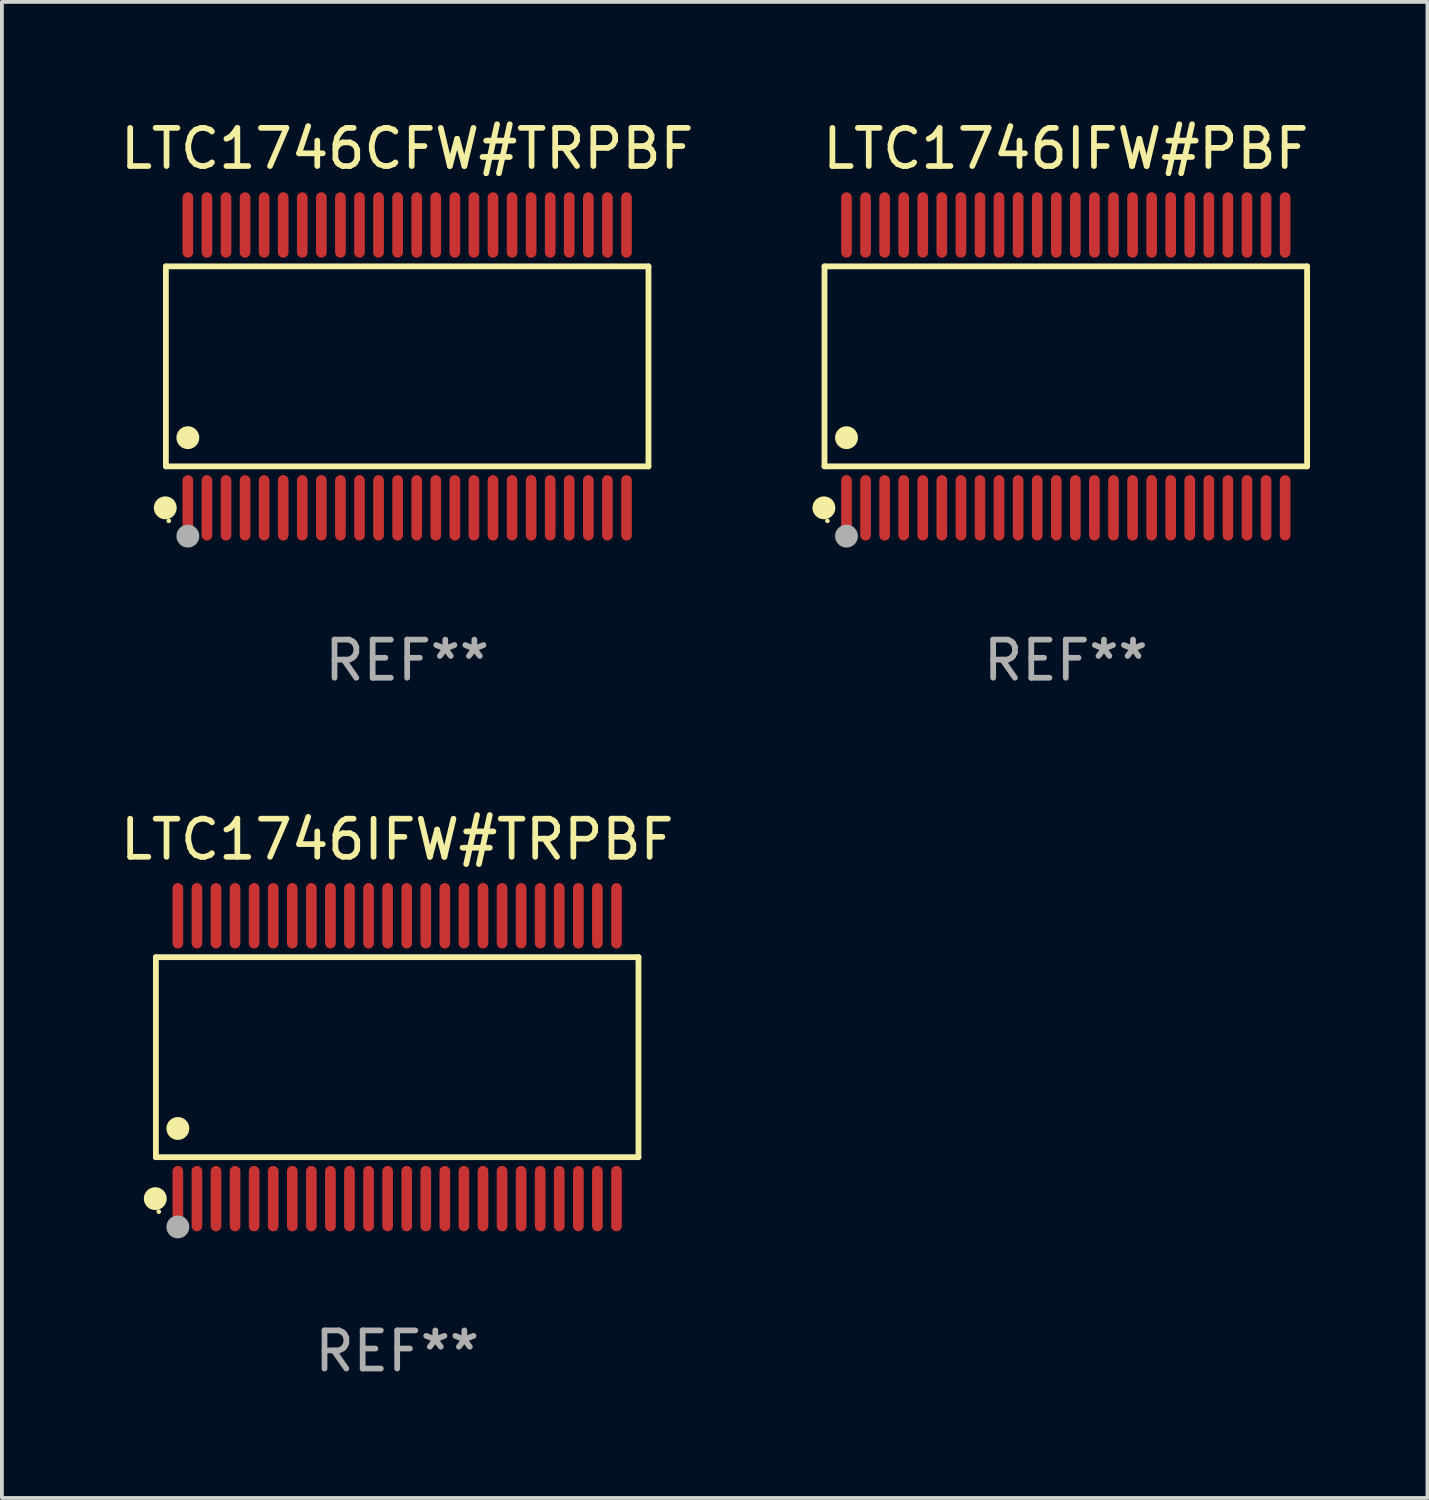
<source format=kicad_pcb>
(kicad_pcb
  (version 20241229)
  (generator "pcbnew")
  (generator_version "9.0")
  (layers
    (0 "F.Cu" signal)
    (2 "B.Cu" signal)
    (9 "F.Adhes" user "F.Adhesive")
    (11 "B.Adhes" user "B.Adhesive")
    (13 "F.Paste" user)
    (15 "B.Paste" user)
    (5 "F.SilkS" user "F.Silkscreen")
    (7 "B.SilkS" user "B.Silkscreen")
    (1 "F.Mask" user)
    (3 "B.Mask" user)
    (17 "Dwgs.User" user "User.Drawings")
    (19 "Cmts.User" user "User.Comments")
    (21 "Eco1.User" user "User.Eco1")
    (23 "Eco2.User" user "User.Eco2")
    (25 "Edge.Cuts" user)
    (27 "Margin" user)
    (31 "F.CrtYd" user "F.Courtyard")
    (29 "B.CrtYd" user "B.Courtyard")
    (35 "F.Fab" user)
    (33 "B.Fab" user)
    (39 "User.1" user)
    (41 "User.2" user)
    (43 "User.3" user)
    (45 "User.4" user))
  (footprint "LTC1746CFW#TRPBF"
    (layer "F.Cu")
    (at 7.625 6.556)
    (property "Reference" "LTC1746CFW#TRPBF" (at 0 -5.708 0) (layer "F.SilkS") (effects (font (size 1 1) (thickness 0.15))))
    (attr through_hole)
    (fp_line (start -6.326 -2.622) (end 6.326 -2.622) (stroke (width 0.152) (type solid)) (layer "F.SilkS"))
    (fp_line (start -6.326 2.621) (end -6.326 -2.622) (stroke (width 0.152) (type solid)) (layer "F.SilkS"))
    (fp_line (start 6.326 -2.622) (end 6.326 2.621) (stroke (width 0.152) (type solid)) (layer "F.SilkS"))
    (fp_line (start 6.326 2.621) (end -6.326 2.621) (stroke (width 0.152) (type solid)) (layer "F.SilkS"))
    (fp_circle (center -6.342 3.708) (end -6.192 3.708) (stroke (width 0.3) (type solid)) (fill no) (layer "F.SilkS"))
    (fp_circle (center -6.25 4.05) (end -6.22 4.05) (stroke (width 0.06) (type solid)) (fill no) (layer "F.SilkS"))
    (fp_circle (center -5.75 1.869) (end -5.6 1.869) (stroke (width 0.3) (type solid)) (fill no) (layer "F.SilkS"))
    (fp_circle (center -5.75 4.45) (end -5.6 4.45) (stroke (width 0.3) (type solid)) (fill no) (layer "F.Fab"))
    (fp_text user "REF**" (at 0 7.708 0) (layer "F.Fab") (effects (font (size 1 1) (thickness 0.15))))
    (pad "1" smd oval (at -5.75 3.708) (size 0.28 1.715) (layers "F.Cu" "F.Mask" "F.Paste"))
    (pad "2" smd oval (at -5.25 3.708) (size 0.28 1.715) (layers "F.Cu" "F.Mask" "F.Paste"))
    (pad "3" smd oval (at -4.75 3.708) (size 0.28 1.715) (layers "F.Cu" "F.Mask" "F.Paste"))
    (pad "4" smd oval (at -4.25 3.708) (size 0.28 1.715) (layers "F.Cu" "F.Mask" "F.Paste"))
    (pad "5" smd oval (at -3.75 3.708) (size 0.28 1.715) (layers "F.Cu" "F.Mask" "F.Paste"))
    (pad "6" smd oval (at -3.25 3.708) (size 0.28 1.715) (layers "F.Cu" "F.Mask" "F.Paste"))
    (pad "7" smd oval (at -2.75 3.708) (size 0.28 1.715) (layers "F.Cu" "F.Mask" "F.Paste"))
    (pad "8" smd oval (at -2.25 3.708) (size 0.28 1.715) (layers "F.Cu" "F.Mask" "F.Paste"))
    (pad "9" smd oval (at -1.75 3.708) (size 0.28 1.715) (layers "F.Cu" "F.Mask" "F.Paste"))
    (pad "10" smd oval (at -1.25 3.708) (size 0.28 1.715) (layers "F.Cu" "F.Mask" "F.Paste"))
    (pad "11" smd oval (at -0.75 3.708) (size 0.28 1.715) (layers "F.Cu" "F.Mask" "F.Paste"))
    (pad "12" smd oval (at -0.25 3.708) (size 0.28 1.715) (layers "F.Cu" "F.Mask" "F.Paste"))
    (pad "13" smd oval (at 0.25 3.708) (size 0.28 1.715) (layers "F.Cu" "F.Mask" "F.Paste"))
    (pad "14" smd oval (at 0.75 3.708) (size 0.28 1.715) (layers "F.Cu" "F.Mask" "F.Paste"))
    (pad "15" smd oval (at 1.25 3.708) (size 0.28 1.715) (layers "F.Cu" "F.Mask" "F.Paste"))
    (pad "16" smd oval (at 1.75 3.708) (size 0.28 1.715) (layers "F.Cu" "F.Mask" "F.Paste"))
    (pad "17" smd oval (at 2.25 3.708) (size 0.28 1.715) (layers "F.Cu" "F.Mask" "F.Paste"))
    (pad "18" smd oval (at 2.75 3.708) (size 0.28 1.715) (layers "F.Cu" "F.Mask" "F.Paste"))
    (pad "19" smd oval (at 3.25 3.708) (size 0.28 1.715) (layers "F.Cu" "F.Mask" "F.Paste"))
    (pad "20" smd oval (at 3.75 3.708) (size 0.28 1.715) (layers "F.Cu" "F.Mask" "F.Paste"))
    (pad "21" smd oval (at 4.25 3.708) (size 0.28 1.715) (layers "F.Cu" "F.Mask" "F.Paste"))
    (pad "22" smd oval (at 4.75 3.708) (size 0.28 1.715) (layers "F.Cu" "F.Mask" "F.Paste"))
    (pad "23" smd oval (at 5.25 3.708) (size 0.28 1.715) (layers "F.Cu" "F.Mask" "F.Paste"))
    (pad "24" smd oval (at 5.75 3.708) (size 0.28 1.715) (layers "F.Cu" "F.Mask" "F.Paste"))
    (pad "25" smd oval (at 5.75 -3.708) (size 0.28 1.715) (layers "F.Cu" "F.Mask" "F.Paste"))
    (pad "26" smd oval (at 5.25 -3.708) (size 0.28 1.715) (layers "F.Cu" "F.Mask" "F.Paste"))
    (pad "27" smd oval (at 4.75 -3.708) (size 0.28 1.715) (layers "F.Cu" "F.Mask" "F.Paste"))
    (pad "28" smd oval (at 4.25 -3.708) (size 0.28 1.715) (layers "F.Cu" "F.Mask" "F.Paste"))
    (pad "29" smd oval (at 3.75 -3.708) (size 0.28 1.715) (layers "F.Cu" "F.Mask" "F.Paste"))
    (pad "30" smd oval (at 3.25 -3.708) (size 0.28 1.715) (layers "F.Cu" "F.Mask" "F.Paste"))
    (pad "31" smd oval (at 2.75 -3.708) (size 0.28 1.715) (layers "F.Cu" "F.Mask" "F.Paste"))
    (pad "32" smd oval (at 2.25 -3.708) (size 0.28 1.715) (layers "F.Cu" "F.Mask" "F.Paste"))
    (pad "33" smd oval (at 1.75 -3.708) (size 0.28 1.715) (layers "F.Cu" "F.Mask" "F.Paste"))
    (pad "34" smd oval (at 1.25 -3.708) (size 0.28 1.715) (layers "F.Cu" "F.Mask" "F.Paste"))
    (pad "35" smd oval (at 0.75 -3.708) (size 0.28 1.715) (layers "F.Cu" "F.Mask" "F.Paste"))
    (pad "36" smd oval (at 0.25 -3.708) (size 0.28 1.715) (layers "F.Cu" "F.Mask" "F.Paste"))
    (pad "37" smd oval (at -0.25 -3.708) (size 0.28 1.715) (layers "F.Cu" "F.Mask" "F.Paste"))
    (pad "38" smd oval (at -0.75 -3.708) (size 0.28 1.715) (layers "F.Cu" "F.Mask" "F.Paste"))
    (pad "39" smd oval (at -1.25 -3.708) (size 0.28 1.715) (layers "F.Cu" "F.Mask" "F.Paste"))
    (pad "40" smd oval (at -1.75 -3.708) (size 0.28 1.715) (layers "F.Cu" "F.Mask" "F.Paste"))
    (pad "41" smd oval (at -2.25 -3.708) (size 0.28 1.715) (layers "F.Cu" "F.Mask" "F.Paste"))
    (pad "42" smd oval (at -2.75 -3.708) (size 0.28 1.715) (layers "F.Cu" "F.Mask" "F.Paste"))
    (pad "43" smd oval (at -3.25 -3.708) (size 0.28 1.715) (layers "F.Cu" "F.Mask" "F.Paste"))
    (pad "44" smd oval (at -3.75 -3.708) (size 0.28 1.715) (layers "F.Cu" "F.Mask" "F.Paste"))
    (pad "45" smd oval (at -4.25 -3.708) (size 0.28 1.715) (layers "F.Cu" "F.Mask" "F.Paste"))
    (pad "46" smd oval (at -4.75 -3.708) (size 0.28 1.715) (layers "F.Cu" "F.Mask" "F.Paste"))
    (pad "47" smd oval (at -5.25 -3.708) (size 0.28 1.715) (layers "F.Cu" "F.Mask" "F.Paste"))
    (pad "48" smd oval (at -5.75 -3.708) (size 0.28 1.715) (layers "F.Cu" "F.Mask" "F.Paste")))
  (footprint "LTC1746IFW#TRPBF"
    (layer "F.Cu")
    (at 7.363 24.667)
    (property "Reference" "LTC1746IFW#TRPBF" (at 0 -5.708 0) (layer "F.SilkS") (effects (font (size 1 1) (thickness 0.15))))
    (attr through_hole)
    (fp_line (start -6.326 -2.622) (end 6.326 -2.622) (stroke (width 0.152) (type solid)) (layer "F.SilkS"))
    (fp_line (start -6.326 2.621) (end -6.326 -2.622) (stroke (width 0.152) (type solid)) (layer "F.SilkS"))
    (fp_line (start 6.326 -2.622) (end 6.326 2.621) (stroke (width 0.152) (type solid)) (layer "F.SilkS"))
    (fp_line (start 6.326 2.621) (end -6.326 2.621) (stroke (width 0.152) (type solid)) (layer "F.SilkS"))
    (fp_circle (center -6.342 3.708) (end -6.192 3.708) (stroke (width 0.3) (type solid)) (fill no) (layer "F.SilkS"))
    (fp_circle (center -6.25 4.05) (end -6.22 4.05) (stroke (width 0.06) (type solid)) (fill no) (layer "F.SilkS"))
    (fp_circle (center -5.75 1.869) (end -5.6 1.869) (stroke (width 0.3) (type solid)) (fill no) (layer "F.SilkS"))
    (fp_circle (center -5.75 4.45) (end -5.6 4.45) (stroke (width 0.3) (type solid)) (fill no) (layer "F.Fab"))
    (fp_text user "REF**" (at 0 7.708 0) (layer "F.Fab") (effects (font (size 1 1) (thickness 0.15))))
    (pad "1" smd oval (at -5.75 3.708) (size 0.28 1.715) (layers "F.Cu" "F.Mask" "F.Paste"))
    (pad "2" smd oval (at -5.25 3.708) (size 0.28 1.715) (layers "F.Cu" "F.Mask" "F.Paste"))
    (pad "3" smd oval (at -4.75 3.708) (size 0.28 1.715) (layers "F.Cu" "F.Mask" "F.Paste"))
    (pad "4" smd oval (at -4.25 3.708) (size 0.28 1.715) (layers "F.Cu" "F.Mask" "F.Paste"))
    (pad "5" smd oval (at -3.75 3.708) (size 0.28 1.715) (layers "F.Cu" "F.Mask" "F.Paste"))
    (pad "6" smd oval (at -3.25 3.708) (size 0.28 1.715) (layers "F.Cu" "F.Mask" "F.Paste"))
    (pad "7" smd oval (at -2.75 3.708) (size 0.28 1.715) (layers "F.Cu" "F.Mask" "F.Paste"))
    (pad "8" smd oval (at -2.25 3.708) (size 0.28 1.715) (layers "F.Cu" "F.Mask" "F.Paste"))
    (pad "9" smd oval (at -1.75 3.708) (size 0.28 1.715) (layers "F.Cu" "F.Mask" "F.Paste"))
    (pad "10" smd oval (at -1.25 3.708) (size 0.28 1.715) (layers "F.Cu" "F.Mask" "F.Paste"))
    (pad "11" smd oval (at -0.75 3.708) (size 0.28 1.715) (layers "F.Cu" "F.Mask" "F.Paste"))
    (pad "12" smd oval (at -0.25 3.708) (size 0.28 1.715) (layers "F.Cu" "F.Mask" "F.Paste"))
    (pad "13" smd oval (at 0.25 3.708) (size 0.28 1.715) (layers "F.Cu" "F.Mask" "F.Paste"))
    (pad "14" smd oval (at 0.75 3.708) (size 0.28 1.715) (layers "F.Cu" "F.Mask" "F.Paste"))
    (pad "15" smd oval (at 1.25 3.708) (size 0.28 1.715) (layers "F.Cu" "F.Mask" "F.Paste"))
    (pad "16" smd oval (at 1.75 3.708) (size 0.28 1.715) (layers "F.Cu" "F.Mask" "F.Paste"))
    (pad "17" smd oval (at 2.25 3.708) (size 0.28 1.715) (layers "F.Cu" "F.Mask" "F.Paste"))
    (pad "18" smd oval (at 2.75 3.708) (size 0.28 1.715) (layers "F.Cu" "F.Mask" "F.Paste"))
    (pad "19" smd oval (at 3.25 3.708) (size 0.28 1.715) (layers "F.Cu" "F.Mask" "F.Paste"))
    (pad "20" smd oval (at 3.75 3.708) (size 0.28 1.715) (layers "F.Cu" "F.Mask" "F.Paste"))
    (pad "21" smd oval (at 4.25 3.708) (size 0.28 1.715) (layers "F.Cu" "F.Mask" "F.Paste"))
    (pad "22" smd oval (at 4.75 3.708) (size 0.28 1.715) (layers "F.Cu" "F.Mask" "F.Paste"))
    (pad "23" smd oval (at 5.25 3.708) (size 0.28 1.715) (layers "F.Cu" "F.Mask" "F.Paste"))
    (pad "24" smd oval (at 5.75 3.708) (size 0.28 1.715) (layers "F.Cu" "F.Mask" "F.Paste"))
    (pad "25" smd oval (at 5.75 -3.708) (size 0.28 1.715) (layers "F.Cu" "F.Mask" "F.Paste"))
    (pad "26" smd oval (at 5.25 -3.708) (size 0.28 1.715) (layers "F.Cu" "F.Mask" "F.Paste"))
    (pad "27" smd oval (at 4.75 -3.708) (size 0.28 1.715) (layers "F.Cu" "F.Mask" "F.Paste"))
    (pad "28" smd oval (at 4.25 -3.708) (size 0.28 1.715) (layers "F.Cu" "F.Mask" "F.Paste"))
    (pad "29" smd oval (at 3.75 -3.708) (size 0.28 1.715) (layers "F.Cu" "F.Mask" "F.Paste"))
    (pad "30" smd oval (at 3.25 -3.708) (size 0.28 1.715) (layers "F.Cu" "F.Mask" "F.Paste"))
    (pad "31" smd oval (at 2.75 -3.708) (size 0.28 1.715) (layers "F.Cu" "F.Mask" "F.Paste"))
    (pad "32" smd oval (at 2.25 -3.708) (size 0.28 1.715) (layers "F.Cu" "F.Mask" "F.Paste"))
    (pad "33" smd oval (at 1.75 -3.708) (size 0.28 1.715) (layers "F.Cu" "F.Mask" "F.Paste"))
    (pad "34" smd oval (at 1.25 -3.708) (size 0.28 1.715) (layers "F.Cu" "F.Mask" "F.Paste"))
    (pad "35" smd oval (at 0.75 -3.708) (size 0.28 1.715) (layers "F.Cu" "F.Mask" "F.Paste"))
    (pad "36" smd oval (at 0.25 -3.708) (size 0.28 1.715) (layers "F.Cu" "F.Mask" "F.Paste"))
    (pad "37" smd oval (at -0.25 -3.708) (size 0.28 1.715) (layers "F.Cu" "F.Mask" "F.Paste"))
    (pad "38" smd oval (at -0.75 -3.708) (size 0.28 1.715) (layers "F.Cu" "F.Mask" "F.Paste"))
    (pad "39" smd oval (at -1.25 -3.708) (size 0.28 1.715) (layers "F.Cu" "F.Mask" "F.Paste"))
    (pad "40" smd oval (at -1.75 -3.708) (size 0.28 1.715) (layers "F.Cu" "F.Mask" "F.Paste"))
    (pad "41" smd oval (at -2.25 -3.708) (size 0.28 1.715) (layers "F.Cu" "F.Mask" "F.Paste"))
    (pad "42" smd oval (at -2.75 -3.708) (size 0.28 1.715) (layers "F.Cu" "F.Mask" "F.Paste"))
    (pad "43" smd oval (at -3.25 -3.708) (size 0.28 1.715) (layers "F.Cu" "F.Mask" "F.Paste"))
    (pad "44" smd oval (at -3.75 -3.708) (size 0.28 1.715) (layers "F.Cu" "F.Mask" "F.Paste"))
    (pad "45" smd oval (at -4.25 -3.708) (size 0.28 1.715) (layers "F.Cu" "F.Mask" "F.Paste"))
    (pad "46" smd oval (at -4.75 -3.708) (size 0.28 1.715) (layers "F.Cu" "F.Mask" "F.Paste"))
    (pad "47" smd oval (at -5.25 -3.708) (size 0.28 1.715) (layers "F.Cu" "F.Mask" "F.Paste"))
    (pad "48" smd oval (at -5.75 -3.708) (size 0.28 1.715) (layers "F.Cu" "F.Mask" "F.Paste")))
  (footprint "LTC1746IFW#PBF"
    (layer "F.Cu")
    (at 24.893 6.556)
    (property "Reference" "LTC1746IFW#PBF" (at 0 -5.708 0) (layer "F.SilkS") (effects (font (size 1 1) (thickness 0.15))))
    (attr through_hole)
    (fp_line (start -6.326 -2.622) (end 6.326 -2.622) (stroke (width 0.152) (type solid)) (layer "F.SilkS"))
    (fp_line (start -6.326 2.621) (end -6.326 -2.622) (stroke (width 0.152) (type solid)) (layer "F.SilkS"))
    (fp_line (start 6.326 -2.622) (end 6.326 2.621) (stroke (width 0.152) (type solid)) (layer "F.SilkS"))
    (fp_line (start 6.326 2.621) (end -6.326 2.621) (stroke (width 0.152) (type solid)) (layer "F.SilkS"))
    (fp_circle (center -6.342 3.708) (end -6.192 3.708) (stroke (width 0.3) (type solid)) (fill no) (layer "F.SilkS"))
    (fp_circle (center -6.25 4.05) (end -6.22 4.05) (stroke (width 0.06) (type solid)) (fill no) (layer "F.SilkS"))
    (fp_circle (center -5.75 1.869) (end -5.6 1.869) (stroke (width 0.3) (type solid)) (fill no) (layer "F.SilkS"))
    (fp_circle (center -5.75 4.45) (end -5.6 4.45) (stroke (width 0.3) (type solid)) (fill no) (layer "F.Fab"))
    (fp_text user "REF**" (at 0 7.708 0) (layer "F.Fab") (effects (font (size 1 1) (thickness 0.15))))
    (pad "1" smd oval (at -5.75 3.708) (size 0.28 1.715) (layers "F.Cu" "F.Mask" "F.Paste"))
    (pad "2" smd oval (at -5.25 3.708) (size 0.28 1.715) (layers "F.Cu" "F.Mask" "F.Paste"))
    (pad "3" smd oval (at -4.75 3.708) (size 0.28 1.715) (layers "F.Cu" "F.Mask" "F.Paste"))
    (pad "4" smd oval (at -4.25 3.708) (size 0.28 1.715) (layers "F.Cu" "F.Mask" "F.Paste"))
    (pad "5" smd oval (at -3.75 3.708) (size 0.28 1.715) (layers "F.Cu" "F.Mask" "F.Paste"))
    (pad "6" smd oval (at -3.25 3.708) (size 0.28 1.715) (layers "F.Cu" "F.Mask" "F.Paste"))
    (pad "7" smd oval (at -2.75 3.708) (size 0.28 1.715) (layers "F.Cu" "F.Mask" "F.Paste"))
    (pad "8" smd oval (at -2.25 3.708) (size 0.28 1.715) (layers "F.Cu" "F.Mask" "F.Paste"))
    (pad "9" smd oval (at -1.75 3.708) (size 0.28 1.715) (layers "F.Cu" "F.Mask" "F.Paste"))
    (pad "10" smd oval (at -1.25 3.708) (size 0.28 1.715) (layers "F.Cu" "F.Mask" "F.Paste"))
    (pad "11" smd oval (at -0.75 3.708) (size 0.28 1.715) (layers "F.Cu" "F.Mask" "F.Paste"))
    (pad "12" smd oval (at -0.25 3.708) (size 0.28 1.715) (layers "F.Cu" "F.Mask" "F.Paste"))
    (pad "13" smd oval (at 0.25 3.708) (size 0.28 1.715) (layers "F.Cu" "F.Mask" "F.Paste"))
    (pad "14" smd oval (at 0.75 3.708) (size 0.28 1.715) (layers "F.Cu" "F.Mask" "F.Paste"))
    (pad "15" smd oval (at 1.25 3.708) (size 0.28 1.715) (layers "F.Cu" "F.Mask" "F.Paste"))
    (pad "16" smd oval (at 1.75 3.708) (size 0.28 1.715) (layers "F.Cu" "F.Mask" "F.Paste"))
    (pad "17" smd oval (at 2.25 3.708) (size 0.28 1.715) (layers "F.Cu" "F.Mask" "F.Paste"))
    (pad "18" smd oval (at 2.75 3.708) (size 0.28 1.715) (layers "F.Cu" "F.Mask" "F.Paste"))
    (pad "19" smd oval (at 3.25 3.708) (size 0.28 1.715) (layers "F.Cu" "F.Mask" "F.Paste"))
    (pad "20" smd oval (at 3.75 3.708) (size 0.28 1.715) (layers "F.Cu" "F.Mask" "F.Paste"))
    (pad "21" smd oval (at 4.25 3.708) (size 0.28 1.715) (layers "F.Cu" "F.Mask" "F.Paste"))
    (pad "22" smd oval (at 4.75 3.708) (size 0.28 1.715) (layers "F.Cu" "F.Mask" "F.Paste"))
    (pad "23" smd oval (at 5.25 3.708) (size 0.28 1.715) (layers "F.Cu" "F.Mask" "F.Paste"))
    (pad "24" smd oval (at 5.75 3.708) (size 0.28 1.715) (layers "F.Cu" "F.Mask" "F.Paste"))
    (pad "25" smd oval (at 5.75 -3.708) (size 0.28 1.715) (layers "F.Cu" "F.Mask" "F.Paste"))
    (pad "26" smd oval (at 5.25 -3.708) (size 0.28 1.715) (layers "F.Cu" "F.Mask" "F.Paste"))
    (pad "27" smd oval (at 4.75 -3.708) (size 0.28 1.715) (layers "F.Cu" "F.Mask" "F.Paste"))
    (pad "28" smd oval (at 4.25 -3.708) (size 0.28 1.715) (layers "F.Cu" "F.Mask" "F.Paste"))
    (pad "29" smd oval (at 3.75 -3.708) (size 0.28 1.715) (layers "F.Cu" "F.Mask" "F.Paste"))
    (pad "30" smd oval (at 3.25 -3.708) (size 0.28 1.715) (layers "F.Cu" "F.Mask" "F.Paste"))
    (pad "31" smd oval (at 2.75 -3.708) (size 0.28 1.715) (layers "F.Cu" "F.Mask" "F.Paste"))
    (pad "32" smd oval (at 2.25 -3.708) (size 0.28 1.715) (layers "F.Cu" "F.Mask" "F.Paste"))
    (pad "33" smd oval (at 1.75 -3.708) (size 0.28 1.715) (layers "F.Cu" "F.Mask" "F.Paste"))
    (pad "34" smd oval (at 1.25 -3.708) (size 0.28 1.715) (layers "F.Cu" "F.Mask" "F.Paste"))
    (pad "35" smd oval (at 0.75 -3.708) (size 0.28 1.715) (layers "F.Cu" "F.Mask" "F.Paste"))
    (pad "36" smd oval (at 0.25 -3.708) (size 0.28 1.715) (layers "F.Cu" "F.Mask" "F.Paste"))
    (pad "37" smd oval (at -0.25 -3.708) (size 0.28 1.715) (layers "F.Cu" "F.Mask" "F.Paste"))
    (pad "38" smd oval (at -0.75 -3.708) (size 0.28 1.715) (layers "F.Cu" "F.Mask" "F.Paste"))
    (pad "39" smd oval (at -1.25 -3.708) (size 0.28 1.715) (layers "F.Cu" "F.Mask" "F.Paste"))
    (pad "40" smd oval (at -1.75 -3.708) (size 0.28 1.715) (layers "F.Cu" "F.Mask" "F.Paste"))
    (pad "41" smd oval (at -2.25 -3.708) (size 0.28 1.715) (layers "F.Cu" "F.Mask" "F.Paste"))
    (pad "42" smd oval (at -2.75 -3.708) (size 0.28 1.715) (layers "F.Cu" "F.Mask" "F.Paste"))
    (pad "43" smd oval (at -3.25 -3.708) (size 0.28 1.715) (layers "F.Cu" "F.Mask" "F.Paste"))
    (pad "44" smd oval (at -3.75 -3.708) (size 0.28 1.715) (layers "F.Cu" "F.Mask" "F.Paste"))
    (pad "45" smd oval (at -4.25 -3.708) (size 0.28 1.715) (layers "F.Cu" "F.Mask" "F.Paste"))
    (pad "46" smd oval (at -4.75 -3.708) (size 0.28 1.715) (layers "F.Cu" "F.Mask" "F.Paste"))
    (pad "47" smd oval (at -5.25 -3.708) (size 0.28 1.715) (layers "F.Cu" "F.Mask" "F.Paste"))
    (pad "48" smd oval (at -5.75 -3.708) (size 0.28 1.715) (layers "F.Cu" "F.Mask" "F.Paste")))
  (gr_rect
    (start -3 -3)
    (end 34.375 36.223)
    (stroke (width 0.1) (type default))
    (fill no)
    (layer "Edge.Cuts")))
</source>
